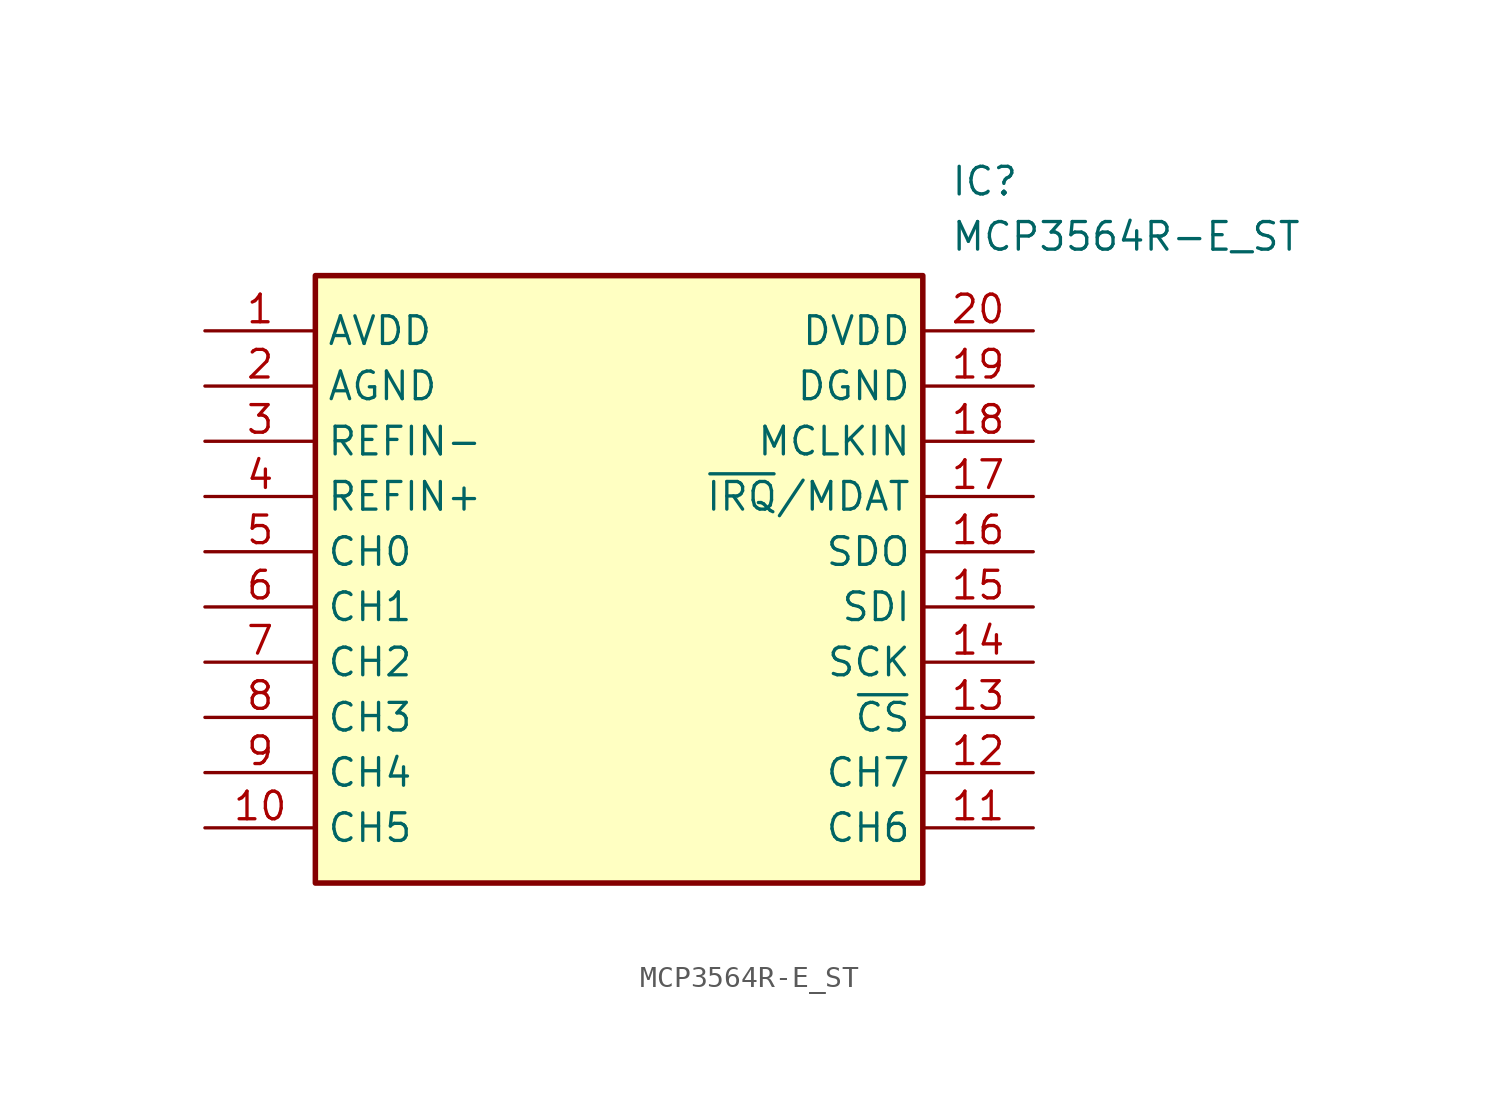
<source format=kicad_sym>
(kicad_symbol_lib
  (version 20211014)
  (generator SamacSys_ECAD_Model)
  (symbol "MCP3564R-E_ST"
    (property "Reference" "IC"
      (at 34.29 7.62 0)
      (effects (font (size 1.27 1.27)) (justify left top)))
    (property "Value" "MCP3564R-E_ST"
      (at 34.29 5.08 0)
      (effects (font (size 1.27 1.27)) (justify left top)))
    (rectangle
      (start 5.08 2.54)
      (end 33.02 -25.4)
      (stroke (width 0.254) (type default))
      (fill (type background)))
    (pin passive line
      (at 0 0 0)
      (length 5.08)
      (name "AVDD" (effects (font (size 1.27 1.27))))
      (number "1" (effects (font (size 1.27 1.27)))))
    (pin passive line
      (at 0 -2.54 0)
      (length 5.08)
      (name "AGND" (effects (font (size 1.27 1.27))))
      (number "2" (effects (font (size 1.27 1.27)))))
    (pin passive line
      (at 0 -5.08 0)
      (length 5.08)
      (name "REFIN-" (effects (font (size 1.27 1.27))))
      (number "3" (effects (font (size 1.27 1.27)))))
    (pin passive line
      (at 0 -7.62 0)
      (length 5.08)
      (name "REFIN+" (effects (font (size 1.27 1.27))))
      (number "4" (effects (font (size 1.27 1.27)))))
    (pin passive line
      (at 0 -10.16 0)
      (length 5.08)
      (name "CH0" (effects (font (size 1.27 1.27))))
      (number "5" (effects (font (size 1.27 1.27)))))
    (pin passive line
      (at 0 -12.7 0)
      (length 5.08)
      (name "CH1" (effects (font (size 1.27 1.27))))
      (number "6" (effects (font (size 1.27 1.27)))))
    (pin passive line
      (at 0 -15.24 0)
      (length 5.08)
      (name "CH2" (effects (font (size 1.27 1.27))))
      (number "7" (effects (font (size 1.27 1.27)))))
    (pin passive line
      (at 0 -17.78 0)
      (length 5.08)
      (name "CH3" (effects (font (size 1.27 1.27))))
      (number "8" (effects (font (size 1.27 1.27)))))
    (pin passive line
      (at 0 -20.32 0)
      (length 5.08)
      (name "CH4" (effects (font (size 1.27 1.27))))
      (number "9" (effects (font (size 1.27 1.27)))))
    (pin passive line
      (at 0 -22.86 0)
      (length 5.08)
      (name "CH5" (effects (font (size 1.27 1.27))))
      (number "10" (effects (font (size 1.27 1.27)))))
    (pin passive line
      (at 38.1 0 180)
      (length 5.08)
      (name "DVDD" (effects (font (size 1.27 1.27))))
      (number "20" (effects (font (size 1.27 1.27)))))
    (pin passive line
      (at 38.1 -2.54 180)
      (length 5.08)
      (name "DGND" (effects (font (size 1.27 1.27))))
      (number "19" (effects (font (size 1.27 1.27)))))
    (pin passive line
      (at 38.1 -5.08 180)
      (length 5.08)
      (name "MCLKIN" (effects (font (size 1.27 1.27))))
      (number "18" (effects (font (size 1.27 1.27)))))
    (pin passive line
      (at 38.1 -7.62 180)
      (length 5.08)
      (name "~{IRQ}/MDAT" (effects (font (size 1.27 1.27))))
      (number "17" (effects (font (size 1.27 1.27)))))
    (pin passive line
      (at 38.1 -10.16 180)
      (length 5.08)
      (name "SDO" (effects (font (size 1.27 1.27))))
      (number "16" (effects (font (size 1.27 1.27)))))
    (pin passive line
      (at 38.1 -12.7 180)
      (length 5.08)
      (name "SDI" (effects (font (size 1.27 1.27))))
      (number "15" (effects (font (size 1.27 1.27)))))
    (pin passive line
      (at 38.1 -15.24 180)
      (length 5.08)
      (name "SCK" (effects (font (size 1.27 1.27))))
      (number "14" (effects (font (size 1.27 1.27)))))
    (pin passive line
      (at 38.1 -17.78 180)
      (length 5.08)
      (name "~{CS}" (effects (font (size 1.27 1.27))))
      (number "13" (effects (font (size 1.27 1.27)))))
    (pin passive line
      (at 38.1 -20.32 180)
      (length 5.08)
      (name "CH7" (effects (font (size 1.27 1.27))))
      (number "12" (effects (font (size 1.27 1.27)))))
    (pin passive line
      (at 38.1 -22.86 180)
      (length 5.08)
      (name "CH6" (effects (font (size 1.27 1.27))))
      (number "11" (effects (font (size 1.27 1.27)))))))
</source>
